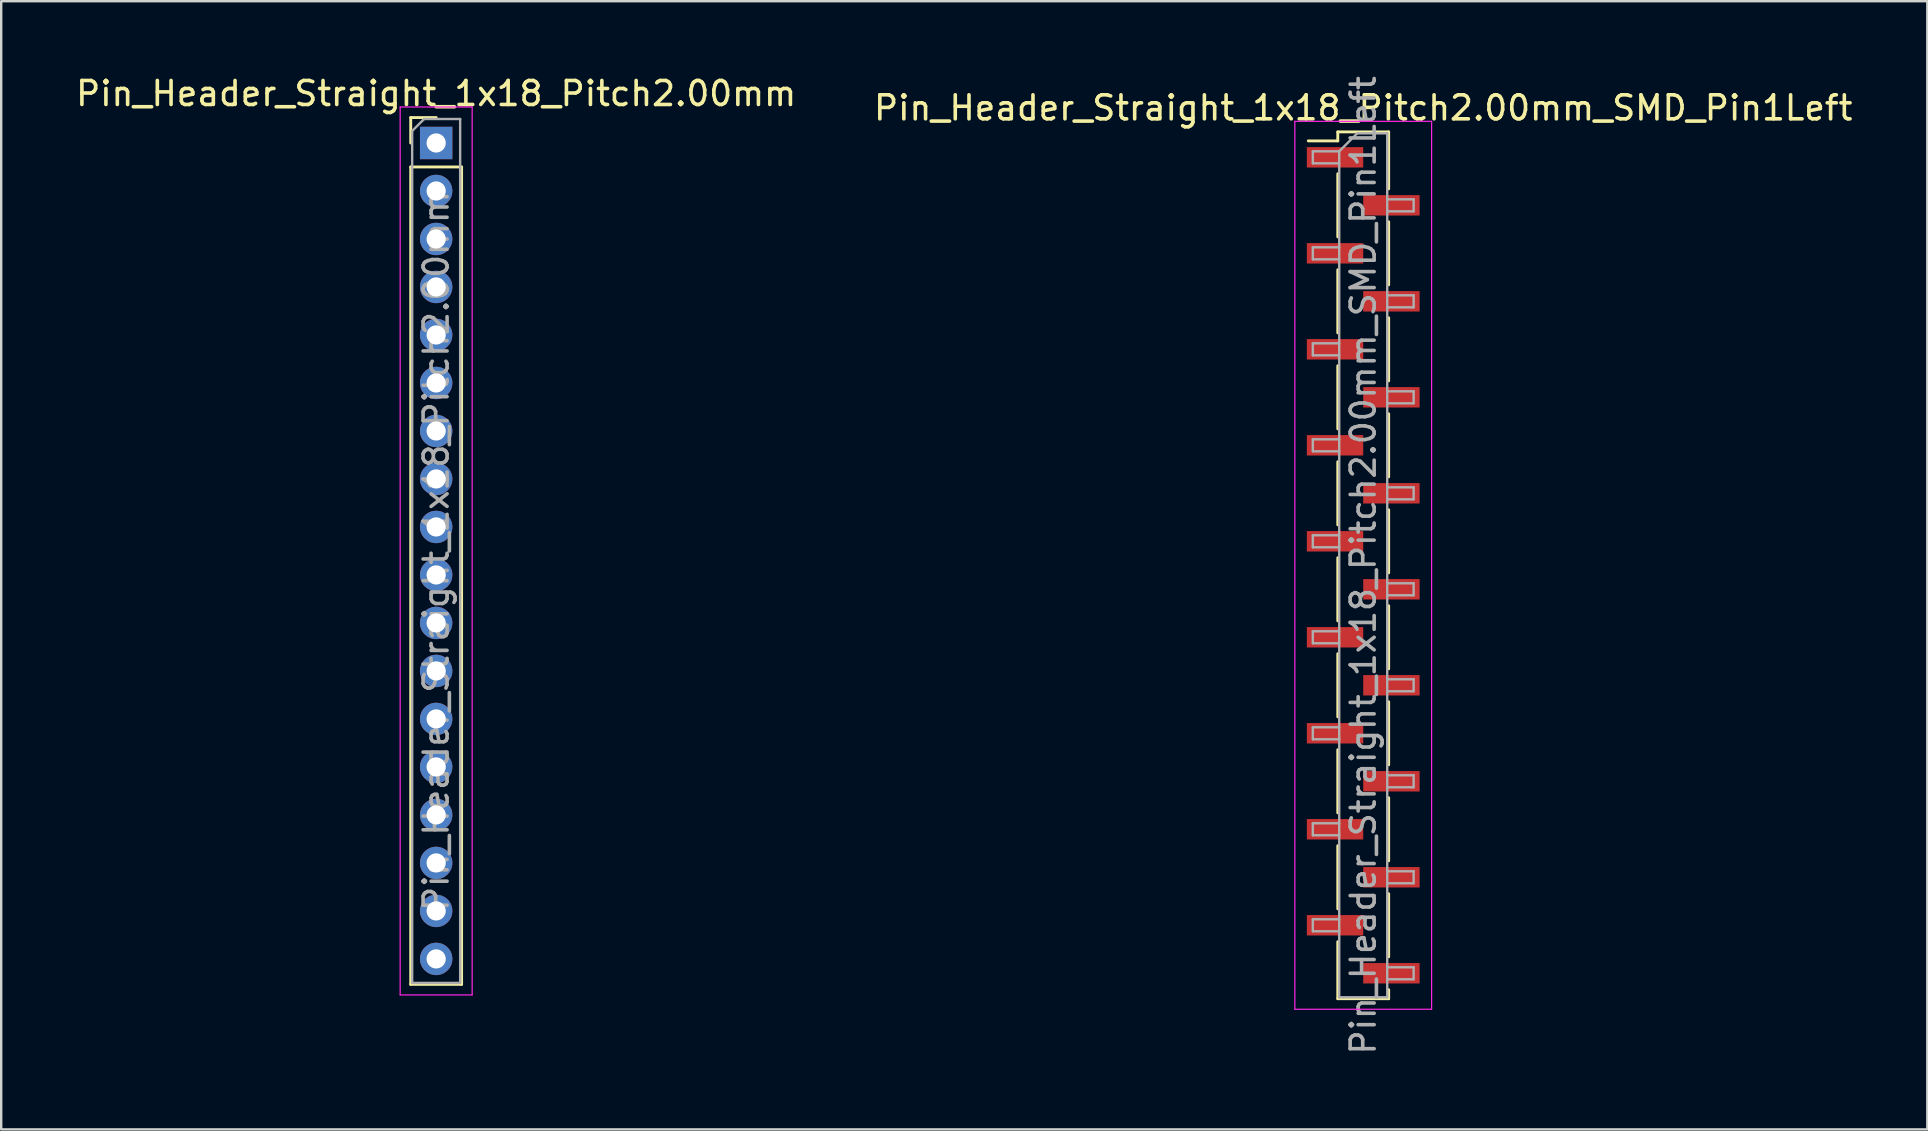
<source format=kicad_pcb>
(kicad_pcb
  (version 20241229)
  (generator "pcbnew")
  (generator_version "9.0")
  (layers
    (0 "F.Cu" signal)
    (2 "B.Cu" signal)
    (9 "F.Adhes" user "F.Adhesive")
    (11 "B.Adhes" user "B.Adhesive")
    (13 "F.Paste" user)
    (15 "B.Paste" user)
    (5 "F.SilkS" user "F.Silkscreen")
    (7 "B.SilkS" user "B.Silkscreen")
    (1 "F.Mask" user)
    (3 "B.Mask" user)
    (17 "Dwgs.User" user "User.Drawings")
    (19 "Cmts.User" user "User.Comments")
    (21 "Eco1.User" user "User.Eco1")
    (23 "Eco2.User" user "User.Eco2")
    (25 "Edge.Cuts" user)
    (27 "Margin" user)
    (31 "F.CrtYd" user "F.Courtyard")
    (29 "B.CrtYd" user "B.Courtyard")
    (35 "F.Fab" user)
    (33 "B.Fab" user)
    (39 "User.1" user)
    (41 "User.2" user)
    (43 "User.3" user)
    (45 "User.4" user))
  (footprint "Pin_Header_Straight_1x18_Pitch2.00mm_SMD_Pin1Left"
    (layer "F.Cu")
    (at 53.756 20.506)
    (property "Reference" "Pin_Header_Straight_1x18_Pitch2.00mm_SMD_Pin1Left" (at 0 -19.06 0) (layer "F.SilkS") (effects (font (size 1 1) (thickness 0.15))))
    (attr smd)
    (fp_line (start -1.06 -18.06) (end -1.06 -17.685) (stroke (width 0.12) (type solid)) (layer "F.SilkS"))
    (fp_line (start -1.06 -18.06) (end 1.06 -18.06) (stroke (width 0.12) (type solid)) (layer "F.SilkS"))
    (fp_line (start -1.06 -17.685) (end -2.29 -17.685) (stroke (width 0.12) (type solid)) (layer "F.SilkS"))
    (fp_line (start -1.06 -16.315) (end -1.06 -13.685) (stroke (width 0.12) (type solid)) (layer "F.SilkS"))
    (fp_line (start -1.06 -12.315) (end -1.06 -9.685) (stroke (width 0.12) (type solid)) (layer "F.SilkS"))
    (fp_line (start -1.06 -8.315) (end -1.06 -5.685) (stroke (width 0.12) (type solid)) (layer "F.SilkS"))
    (fp_line (start -1.06 -4.315) (end -1.06 -1.685) (stroke (width 0.12) (type solid)) (layer "F.SilkS"))
    (fp_line (start -1.06 -0.315) (end -1.06 2.315) (stroke (width 0.12) (type solid)) (layer "F.SilkS"))
    (fp_line (start -1.06 3.685) (end -1.06 6.315) (stroke (width 0.12) (type solid)) (layer "F.SilkS"))
    (fp_line (start -1.06 7.685) (end -1.06 10.315) (stroke (width 0.12) (type solid)) (layer "F.SilkS"))
    (fp_line (start -1.06 11.685) (end -1.06 14.315) (stroke (width 0.12) (type solid)) (layer "F.SilkS"))
    (fp_line (start -1.06 15.685) (end -1.06 18.06) (stroke (width 0.12) (type solid)) (layer "F.SilkS"))
    (fp_line (start -1.06 18.06) (end 1.06 18.06) (stroke (width 0.12) (type solid)) (layer "F.SilkS"))
    (fp_line (start 1.06 -18.06) (end 1.06 -15.685) (stroke (width 0.12) (type solid)) (layer "F.SilkS"))
    (fp_line (start 1.06 -14.315) (end 1.06 -11.685) (stroke (width 0.12) (type solid)) (layer "F.SilkS"))
    (fp_line (start 1.06 -10.315) (end 1.06 -7.685) (stroke (width 0.12) (type solid)) (layer "F.SilkS"))
    (fp_line (start 1.06 -6.315) (end 1.06 -3.685) (stroke (width 0.12) (type solid)) (layer "F.SilkS"))
    (fp_line (start 1.06 -2.315) (end 1.06 0.315) (stroke (width 0.12) (type solid)) (layer "F.SilkS"))
    (fp_line (start 1.06 1.685) (end 1.06 4.315) (stroke (width 0.12) (type solid)) (layer "F.SilkS"))
    (fp_line (start 1.06 5.685) (end 1.06 8.315) (stroke (width 0.12) (type solid)) (layer "F.SilkS"))
    (fp_line (start 1.06 9.685) (end 1.06 12.315) (stroke (width 0.12) (type solid)) (layer "F.SilkS"))
    (fp_line (start 1.06 13.685) (end 1.06 16.315) (stroke (width 0.12) (type solid)) (layer "F.SilkS"))
    (fp_line (start 1.06 17.685) (end 1.06 18.06) (stroke (width 0.12) (type solid)) (layer "F.SilkS"))
    (fp_line (start -2.85 -18.5) (end -2.85 18.5) (stroke (width 0.05) (type solid)) (layer "F.CrtYd"))
    (fp_line (start -2.85 18.5) (end 2.85 18.5) (stroke (width 0.05) (type solid)) (layer "F.CrtYd"))
    (fp_line (start 2.85 -18.5) (end -2.85 -18.5) (stroke (width 0.05) (type solid)) (layer "F.CrtYd"))
    (fp_line (start 2.85 18.5) (end 2.85 -18.5) (stroke (width 0.05) (type solid)) (layer "F.CrtYd"))
    (fp_line (start -2.1 -17.25) (end -2.1 -16.75) (stroke (width 0.1) (type solid)) (layer "F.Fab"))
    (fp_line (start -2.1 -16.75) (end -1 -16.75) (stroke (width 0.1) (type solid)) (layer "F.Fab"))
    (fp_line (start -2.1 -13.25) (end -2.1 -12.75) (stroke (width 0.1) (type solid)) (layer "F.Fab"))
    (fp_line (start -2.1 -12.75) (end -1 -12.75) (stroke (width 0.1) (type solid)) (layer "F.Fab"))
    (fp_line (start -2.1 -9.25) (end -2.1 -8.75) (stroke (width 0.1) (type solid)) (layer "F.Fab"))
    (fp_line (start -2.1 -8.75) (end -1 -8.75) (stroke (width 0.1) (type solid)) (layer "F.Fab"))
    (fp_line (start -2.1 -5.25) (end -2.1 -4.75) (stroke (width 0.1) (type solid)) (layer "F.Fab"))
    (fp_line (start -2.1 -4.75) (end -1 -4.75) (stroke (width 0.1) (type solid)) (layer "F.Fab"))
    (fp_line (start -2.1 -1.25) (end -2.1 -0.75) (stroke (width 0.1) (type solid)) (layer "F.Fab"))
    (fp_line (start -2.1 -0.75) (end -1 -0.75) (stroke (width 0.1) (type solid)) (layer "F.Fab"))
    (fp_line (start -2.1 2.75) (end -2.1 3.25) (stroke (width 0.1) (type solid)) (layer "F.Fab"))
    (fp_line (start -2.1 3.25) (end -1 3.25) (stroke (width 0.1) (type solid)) (layer "F.Fab"))
    (fp_line (start -2.1 6.75) (end -2.1 7.25) (stroke (width 0.1) (type solid)) (layer "F.Fab"))
    (fp_line (start -2.1 7.25) (end -1 7.25) (stroke (width 0.1) (type solid)) (layer "F.Fab"))
    (fp_line (start -2.1 10.75) (end -2.1 11.25) (stroke (width 0.1) (type solid)) (layer "F.Fab"))
    (fp_line (start -2.1 11.25) (end -1 11.25) (stroke (width 0.1) (type solid)) (layer "F.Fab"))
    (fp_line (start -2.1 14.75) (end -2.1 15.25) (stroke (width 0.1) (type solid)) (layer "F.Fab"))
    (fp_line (start -2.1 15.25) (end -1 15.25) (stroke (width 0.1) (type solid)) (layer "F.Fab"))
    (fp_line (start -1 -17.25) (end -2.1 -17.25) (stroke (width 0.1) (type solid)) (layer "F.Fab"))
    (fp_line (start -1 -17.25) (end -0.25 -18) (stroke (width 0.1) (type solid)) (layer "F.Fab"))
    (fp_line (start -1 -13.25) (end -2.1 -13.25) (stroke (width 0.1) (type solid)) (layer "F.Fab"))
    (fp_line (start -1 -9.25) (end -2.1 -9.25) (stroke (width 0.1) (type solid)) (layer "F.Fab"))
    (fp_line (start -1 -5.25) (end -2.1 -5.25) (stroke (width 0.1) (type solid)) (layer "F.Fab"))
    (fp_line (start -1 -1.25) (end -2.1 -1.25) (stroke (width 0.1) (type solid)) (layer "F.Fab"))
    (fp_line (start -1 2.75) (end -2.1 2.75) (stroke (width 0.1) (type solid)) (layer "F.Fab"))
    (fp_line (start -1 6.75) (end -2.1 6.75) (stroke (width 0.1) (type solid)) (layer "F.Fab"))
    (fp_line (start -1 10.75) (end -2.1 10.75) (stroke (width 0.1) (type solid)) (layer "F.Fab"))
    (fp_line (start -1 14.75) (end -2.1 14.75) (stroke (width 0.1) (type solid)) (layer "F.Fab"))
    (fp_line (start -1 18) (end -1 -17.25) (stroke (width 0.1) (type solid)) (layer "F.Fab"))
    (fp_line (start -0.25 -18) (end 1 -18) (stroke (width 0.1) (type solid)) (layer "F.Fab"))
    (fp_line (start 1 -18) (end 1 18) (stroke (width 0.1) (type solid)) (layer "F.Fab"))
    (fp_line (start 1 -15.25) (end 2.1 -15.25) (stroke (width 0.1) (type solid)) (layer "F.Fab"))
    (fp_line (start 1 -11.25) (end 2.1 -11.25) (stroke (width 0.1) (type solid)) (layer "F.Fab"))
    (fp_line (start 1 -7.25) (end 2.1 -7.25) (stroke (width 0.1) (type solid)) (layer "F.Fab"))
    (fp_line (start 1 -3.25) (end 2.1 -3.25) (stroke (width 0.1) (type solid)) (layer "F.Fab"))
    (fp_line (start 1 0.75) (end 2.1 0.75) (stroke (width 0.1) (type solid)) (layer "F.Fab"))
    (fp_line (start 1 4.75) (end 2.1 4.75) (stroke (width 0.1) (type solid)) (layer "F.Fab"))
    (fp_line (start 1 8.75) (end 2.1 8.75) (stroke (width 0.1) (type solid)) (layer "F.Fab"))
    (fp_line (start 1 12.75) (end 2.1 12.75) (stroke (width 0.1) (type solid)) (layer "F.Fab"))
    (fp_line (start 1 16.75) (end 2.1 16.75) (stroke (width 0.1) (type solid)) (layer "F.Fab"))
    (fp_line (start 1 18) (end -1 18) (stroke (width 0.1) (type solid)) (layer "F.Fab"))
    (fp_line (start 2.1 -15.25) (end 2.1 -14.75) (stroke (width 0.1) (type solid)) (layer "F.Fab"))
    (fp_line (start 2.1 -14.75) (end 1 -14.75) (stroke (width 0.1) (type solid)) (layer "F.Fab"))
    (fp_line (start 2.1 -11.25) (end 2.1 -10.75) (stroke (width 0.1) (type solid)) (layer "F.Fab"))
    (fp_line (start 2.1 -10.75) (end 1 -10.75) (stroke (width 0.1) (type solid)) (layer "F.Fab"))
    (fp_line (start 2.1 -7.25) (end 2.1 -6.75) (stroke (width 0.1) (type solid)) (layer "F.Fab"))
    (fp_line (start 2.1 -6.75) (end 1 -6.75) (stroke (width 0.1) (type solid)) (layer "F.Fab"))
    (fp_line (start 2.1 -3.25) (end 2.1 -2.75) (stroke (width 0.1) (type solid)) (layer "F.Fab"))
    (fp_line (start 2.1 -2.75) (end 1 -2.75) (stroke (width 0.1) (type solid)) (layer "F.Fab"))
    (fp_line (start 2.1 0.75) (end 2.1 1.25) (stroke (width 0.1) (type solid)) (layer "F.Fab"))
    (fp_line (start 2.1 1.25) (end 1 1.25) (stroke (width 0.1) (type solid)) (layer "F.Fab"))
    (fp_line (start 2.1 4.75) (end 2.1 5.25) (stroke (width 0.1) (type solid)) (layer "F.Fab"))
    (fp_line (start 2.1 5.25) (end 1 5.25) (stroke (width 0.1) (type solid)) (layer "F.Fab"))
    (fp_line (start 2.1 8.75) (end 2.1 9.25) (stroke (width 0.1) (type solid)) (layer "F.Fab"))
    (fp_line (start 2.1 9.25) (end 1 9.25) (stroke (width 0.1) (type solid)) (layer "F.Fab"))
    (fp_line (start 2.1 12.75) (end 2.1 13.25) (stroke (width 0.1) (type solid)) (layer "F.Fab"))
    (fp_line (start 2.1 13.25) (end 1 13.25) (stroke (width 0.1) (type solid)) (layer "F.Fab"))
    (fp_line (start 2.1 16.75) (end 2.1 17.25) (stroke (width 0.1) (type solid)) (layer "F.Fab"))
    (fp_line (start 2.1 17.25) (end 1 17.25) (stroke (width 0.1) (type solid)) (layer "F.Fab"))
    (fp_text user "${REFERENCE}" (at 0 0 90) (layer "F.Fab") (effects (font (size 1 1) (thickness 0.15))))
    (pad "1" smd rect (at -1.175 -17) (size 2.35 0.85) (layers "F.Cu" "F.Mask" "F.Paste"))
    (pad "2" smd rect (at 1.175 -15) (size 2.35 0.85) (layers "F.Cu" "F.Mask" "F.Paste"))
    (pad "3" smd rect (at -1.175 -13) (size 2.35 0.85) (layers "F.Cu" "F.Mask" "F.Paste"))
    (pad "4" smd rect (at 1.175 -11) (size 2.35 0.85) (layers "F.Cu" "F.Mask" "F.Paste"))
    (pad "5" smd rect (at -1.175 -9) (size 2.35 0.85) (layers "F.Cu" "F.Mask" "F.Paste"))
    (pad "6" smd rect (at 1.175 -7) (size 2.35 0.85) (layers "F.Cu" "F.Mask" "F.Paste"))
    (pad "7" smd rect (at -1.175 -5) (size 2.35 0.85) (layers "F.Cu" "F.Mask" "F.Paste"))
    (pad "8" smd rect (at 1.175 -3) (size 2.35 0.85) (layers "F.Cu" "F.Mask" "F.Paste"))
    (pad "9" smd rect (at -1.175 -1) (size 2.35 0.85) (layers "F.Cu" "F.Mask" "F.Paste"))
    (pad "10" smd rect (at 1.175 1) (size 2.35 0.85) (layers "F.Cu" "F.Mask" "F.Paste"))
    (pad "11" smd rect (at -1.175 3) (size 2.35 0.85) (layers "F.Cu" "F.Mask" "F.Paste"))
    (pad "12" smd rect (at 1.175 5) (size 2.35 0.85) (layers "F.Cu" "F.Mask" "F.Paste"))
    (pad "13" smd rect (at -1.175 7) (size 2.35 0.85) (layers "F.Cu" "F.Mask" "F.Paste"))
    (pad "14" smd rect (at 1.175 9) (size 2.35 0.85) (layers "F.Cu" "F.Mask" "F.Paste"))
    (pad "15" smd rect (at -1.175 11) (size 2.35 0.85) (layers "F.Cu" "F.Mask" "F.Paste"))
    (pad "16" smd rect (at 1.175 13) (size 2.35 0.85) (layers "F.Cu" "F.Mask" "F.Paste"))
    (pad "17" smd rect (at -1.175 15) (size 2.35 0.85) (layers "F.Cu" "F.Mask" "F.Paste"))
    (pad "18" smd rect (at 1.175 17) (size 2.35 0.85) (layers "F.Cu" "F.Mask" "F.Paste")))
  (footprint "Pin_Header_Straight_1x18_Pitch2.00mm"
    (layer "F.Cu")
    (at 15.125 2.908)
    (property "Reference" "Pin_Header_Straight_1x18_Pitch2.00mm" (at 0 -2.06 0) (layer "F.SilkS") (effects (font (size 1 1) (thickness 0.15))))
    (attr through_hole)
    (fp_line (start -1.06 -1.06) (end 0 -1.06) (stroke (width 0.12) (type solid)) (layer "F.SilkS"))
    (fp_line (start -1.06 0) (end -1.06 -1.06) (stroke (width 0.12) (type solid)) (layer "F.SilkS"))
    (fp_line (start -1.06 1) (end -1.06 35.06) (stroke (width 0.12) (type solid)) (layer "F.SilkS"))
    (fp_line (start -1.06 1) (end 1.06 1) (stroke (width 0.12) (type solid)) (layer "F.SilkS"))
    (fp_line (start -1.06 35.06) (end 1.06 35.06) (stroke (width 0.12) (type solid)) (layer "F.SilkS"))
    (fp_line (start 1.06 1) (end 1.06 35.06) (stroke (width 0.12) (type solid)) (layer "F.SilkS"))
    (fp_line (start -1.5 -1.5) (end -1.5 35.5) (stroke (width 0.05) (type solid)) (layer "F.CrtYd"))
    (fp_line (start -1.5 35.5) (end 1.5 35.5) (stroke (width 0.05) (type solid)) (layer "F.CrtYd"))
    (fp_line (start 1.5 -1.5) (end -1.5 -1.5) (stroke (width 0.05) (type solid)) (layer "F.CrtYd"))
    (fp_line (start 1.5 35.5) (end 1.5 -1.5) (stroke (width 0.05) (type solid)) (layer "F.CrtYd"))
    (fp_line (start -1 -0.5) (end -0.5 -1) (stroke (width 0.1) (type solid)) (layer "F.Fab"))
    (fp_line (start -1 35) (end -1 -0.5) (stroke (width 0.1) (type solid)) (layer "F.Fab"))
    (fp_line (start -0.5 -1) (end 1 -1) (stroke (width 0.1) (type solid)) (layer "F.Fab"))
    (fp_line (start 1 -1) (end 1 35) (stroke (width 0.1) (type solid)) (layer "F.Fab"))
    (fp_line (start 1 35) (end -1 35) (stroke (width 0.1) (type solid)) (layer "F.Fab"))
    (fp_text user "${REFERENCE}" (at 0 17 90) (layer "F.Fab") (effects (font (size 1 1) (thickness 0.15))))
    (pad "1" thru_hole rect (at 0 0) (size 1.35 1.35) (drill 0.8) (layers "*.Cu" "*.Mask"))
    (pad "2" thru_hole oval (at 0 2) (size 1.35 1.35) (drill 0.8) (layers "*.Cu" "*.Mask"))
    (pad "3" thru_hole oval (at 0 4) (size 1.35 1.35) (drill 0.8) (layers "*.Cu" "*.Mask"))
    (pad "4" thru_hole oval (at 0 6) (size 1.35 1.35) (drill 0.8) (layers "*.Cu" "*.Mask"))
    (pad "5" thru_hole oval (at 0 8) (size 1.35 1.35) (drill 0.8) (layers "*.Cu" "*.Mask"))
    (pad "6" thru_hole oval (at 0 10) (size 1.35 1.35) (drill 0.8) (layers "*.Cu" "*.Mask"))
    (pad "7" thru_hole oval (at 0 12) (size 1.35 1.35) (drill 0.8) (layers "*.Cu" "*.Mask"))
    (pad "8" thru_hole oval (at 0 14) (size 1.35 1.35) (drill 0.8) (layers "*.Cu" "*.Mask"))
    (pad "9" thru_hole oval (at 0 16) (size 1.35 1.35) (drill 0.8) (layers "*.Cu" "*.Mask"))
    (pad "10" thru_hole oval (at 0 18) (size 1.35 1.35) (drill 0.8) (layers "*.Cu" "*.Mask"))
    (pad "11" thru_hole oval (at 0 20) (size 1.35 1.35) (drill 0.8) (layers "*.Cu" "*.Mask"))
    (pad "12" thru_hole oval (at 0 22) (size 1.35 1.35) (drill 0.8) (layers "*.Cu" "*.Mask"))
    (pad "13" thru_hole oval (at 0 24) (size 1.35 1.35) (drill 0.8) (layers "*.Cu" "*.Mask"))
    (pad "14" thru_hole oval (at 0 26) (size 1.35 1.35) (drill 0.8) (layers "*.Cu" "*.Mask"))
    (pad "15" thru_hole oval (at 0 28) (size 1.35 1.35) (drill 0.8) (layers "*.Cu" "*.Mask"))
    (pad "16" thru_hole oval (at 0 30) (size 1.35 1.35) (drill 0.8) (layers "*.Cu" "*.Mask"))
    (pad "17" thru_hole oval (at 0 32) (size 1.35 1.35) (drill 0.8) (layers "*.Cu" "*.Mask"))
    (pad "18" thru_hole oval (at 0 34) (size 1.35 1.35) (drill 0.8) (layers "*.Cu" "*.Mask")))
  (gr_rect
    (start -3 -3)
    (end 77.262 44.012)
    (stroke (width 0.1) (type default))
    (fill no)
    (layer "Edge.Cuts")))
</source>
